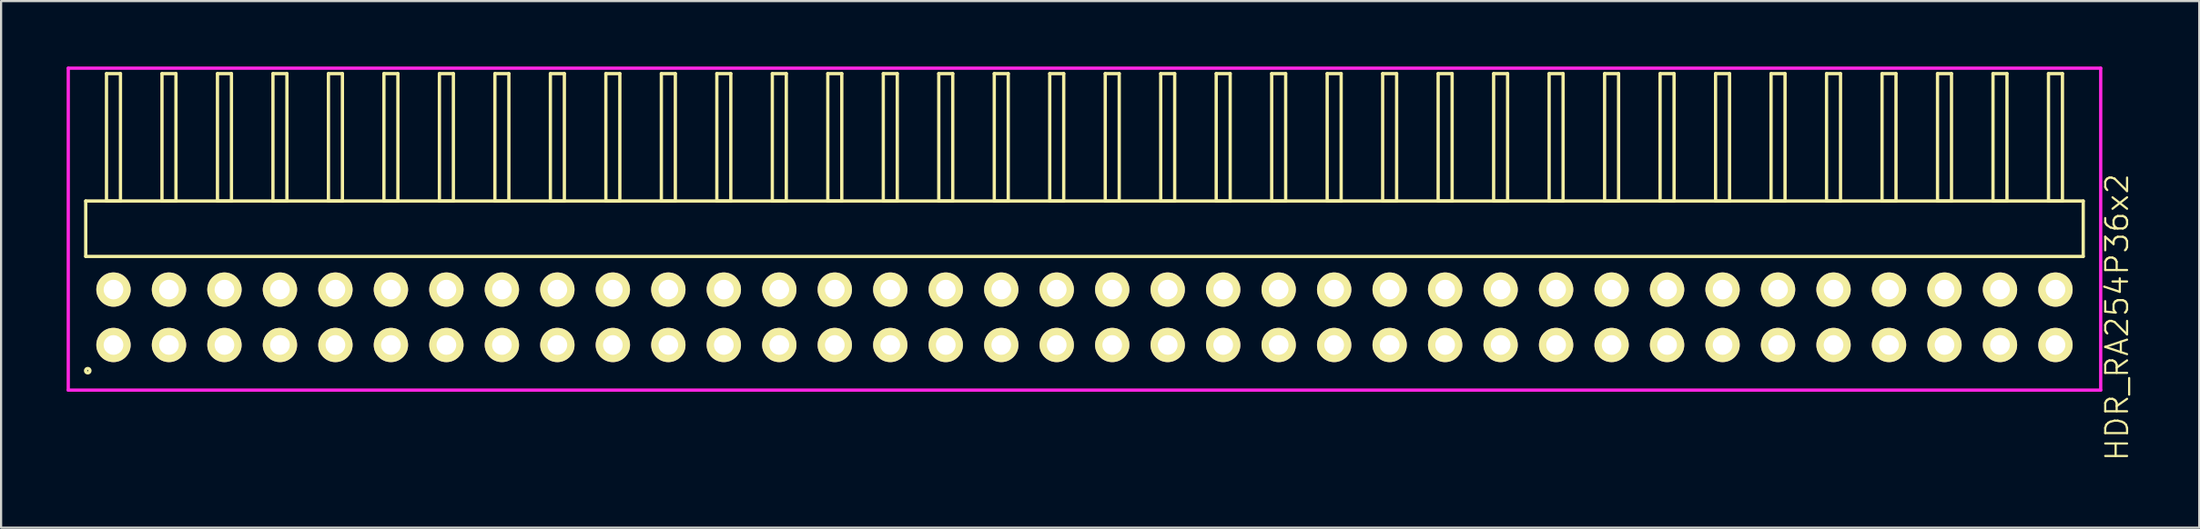
<source format=kicad_pcb>
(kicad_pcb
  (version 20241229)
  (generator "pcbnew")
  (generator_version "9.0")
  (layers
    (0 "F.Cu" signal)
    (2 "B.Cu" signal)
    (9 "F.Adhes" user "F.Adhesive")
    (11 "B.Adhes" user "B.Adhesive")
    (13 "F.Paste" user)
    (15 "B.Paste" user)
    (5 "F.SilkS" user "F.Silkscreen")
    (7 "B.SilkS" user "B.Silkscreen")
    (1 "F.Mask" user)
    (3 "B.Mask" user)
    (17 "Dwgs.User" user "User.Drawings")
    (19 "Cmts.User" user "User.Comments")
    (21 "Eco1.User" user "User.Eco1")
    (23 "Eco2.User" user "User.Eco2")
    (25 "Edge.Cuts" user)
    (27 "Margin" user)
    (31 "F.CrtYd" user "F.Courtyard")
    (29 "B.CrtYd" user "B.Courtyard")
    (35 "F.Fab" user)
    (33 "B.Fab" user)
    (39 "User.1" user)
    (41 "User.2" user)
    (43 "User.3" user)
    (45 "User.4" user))
  (footprint "HDR_RA254P36x2"
    (layer "F.Cu")
    (at 46.595 11.495)
    (property "Reference" "HDR_RA254P36x2" (at 47.27 0 90) (layer "F.SilkS") (effects (font (size 1 1) (thickness 0.1))))
    (attr through_hole)
    (fp_line (start -45.72 -5.33) (end -45.72 -2.79) (stroke (width 0.15) (type solid)) (layer "F.SilkS"))
    (fp_line (start -45.72 -2.79) (end 45.72 -2.79) (stroke (width 0.15) (type solid)) (layer "F.SilkS"))
    (fp_line (start -44.77 -11.17) (end -44.77 -5.33) (stroke (width 0.15) (type solid)) (layer "F.SilkS"))
    (fp_line (start -44.77 -5.33) (end -44.13 -5.33) (stroke (width 0.15) (type solid)) (layer "F.SilkS"))
    (fp_line (start -44.13 -11.17) (end -44.77 -11.17) (stroke (width 0.15) (type solid)) (layer "F.SilkS"))
    (fp_line (start -44.13 -5.33) (end -44.13 -11.17) (stroke (width 0.15) (type solid)) (layer "F.SilkS"))
    (fp_line (start -42.23 -11.17) (end -42.23 -5.33) (stroke (width 0.15) (type solid)) (layer "F.SilkS"))
    (fp_line (start -42.23 -5.33) (end -41.59 -5.33) (stroke (width 0.15) (type solid)) (layer "F.SilkS"))
    (fp_line (start -41.59 -11.17) (end -42.23 -11.17) (stroke (width 0.15) (type solid)) (layer "F.SilkS"))
    (fp_line (start -41.59 -5.33) (end -41.59 -11.17) (stroke (width 0.15) (type solid)) (layer "F.SilkS"))
    (fp_line (start -39.69 -11.17) (end -39.69 -5.33) (stroke (width 0.15) (type solid)) (layer "F.SilkS"))
    (fp_line (start -39.69 -5.33) (end -39.05 -5.33) (stroke (width 0.15) (type solid)) (layer "F.SilkS"))
    (fp_line (start -39.05 -11.17) (end -39.69 -11.17) (stroke (width 0.15) (type solid)) (layer "F.SilkS"))
    (fp_line (start -39.05 -5.33) (end -39.05 -11.17) (stroke (width 0.15) (type solid)) (layer "F.SilkS"))
    (fp_line (start -37.15 -11.17) (end -37.15 -5.33) (stroke (width 0.15) (type solid)) (layer "F.SilkS"))
    (fp_line (start -37.15 -5.33) (end -36.51 -5.33) (stroke (width 0.15) (type solid)) (layer "F.SilkS"))
    (fp_line (start -36.51 -11.17) (end -37.15 -11.17) (stroke (width 0.15) (type solid)) (layer "F.SilkS"))
    (fp_line (start -36.51 -5.33) (end -36.51 -11.17) (stroke (width 0.15) (type solid)) (layer "F.SilkS"))
    (fp_line (start -34.61 -11.17) (end -34.61 -5.33) (stroke (width 0.15) (type solid)) (layer "F.SilkS"))
    (fp_line (start -34.61 -5.33) (end -33.97 -5.33) (stroke (width 0.15) (type solid)) (layer "F.SilkS"))
    (fp_line (start -33.97 -11.17) (end -34.61 -11.17) (stroke (width 0.15) (type solid)) (layer "F.SilkS"))
    (fp_line (start -33.97 -5.33) (end -33.97 -11.17) (stroke (width 0.15) (type solid)) (layer "F.SilkS"))
    (fp_line (start -32.07 -11.17) (end -32.07 -5.33) (stroke (width 0.15) (type solid)) (layer "F.SilkS"))
    (fp_line (start -32.07 -5.33) (end -31.43 -5.33) (stroke (width 0.15) (type solid)) (layer "F.SilkS"))
    (fp_line (start -31.43 -11.17) (end -32.07 -11.17) (stroke (width 0.15) (type solid)) (layer "F.SilkS"))
    (fp_line (start -31.43 -5.33) (end -31.43 -11.17) (stroke (width 0.15) (type solid)) (layer "F.SilkS"))
    (fp_line (start -29.53 -11.17) (end -29.53 -5.33) (stroke (width 0.15) (type solid)) (layer "F.SilkS"))
    (fp_line (start -29.53 -5.33) (end -28.89 -5.33) (stroke (width 0.15) (type solid)) (layer "F.SilkS"))
    (fp_line (start -28.89 -11.17) (end -29.53 -11.17) (stroke (width 0.15) (type solid)) (layer "F.SilkS"))
    (fp_line (start -28.89 -5.33) (end -28.89 -11.17) (stroke (width 0.15) (type solid)) (layer "F.SilkS"))
    (fp_line (start -26.99 -11.17) (end -26.99 -5.33) (stroke (width 0.15) (type solid)) (layer "F.SilkS"))
    (fp_line (start -26.99 -5.33) (end -26.35 -5.33) (stroke (width 0.15) (type solid)) (layer "F.SilkS"))
    (fp_line (start -26.35 -11.17) (end -26.99 -11.17) (stroke (width 0.15) (type solid)) (layer "F.SilkS"))
    (fp_line (start -26.35 -5.33) (end -26.35 -11.17) (stroke (width 0.15) (type solid)) (layer "F.SilkS"))
    (fp_line (start -24.45 -11.17) (end -24.45 -5.33) (stroke (width 0.15) (type solid)) (layer "F.SilkS"))
    (fp_line (start -24.45 -5.33) (end -23.81 -5.33) (stroke (width 0.15) (type solid)) (layer "F.SilkS"))
    (fp_line (start -23.81 -11.17) (end -24.45 -11.17) (stroke (width 0.15) (type solid)) (layer "F.SilkS"))
    (fp_line (start -23.81 -5.33) (end -23.81 -11.17) (stroke (width 0.15) (type solid)) (layer "F.SilkS"))
    (fp_line (start -21.91 -11.17) (end -21.91 -5.33) (stroke (width 0.15) (type solid)) (layer "F.SilkS"))
    (fp_line (start -21.91 -5.33) (end -21.27 -5.33) (stroke (width 0.15) (type solid)) (layer "F.SilkS"))
    (fp_line (start -21.27 -11.17) (end -21.91 -11.17) (stroke (width 0.15) (type solid)) (layer "F.SilkS"))
    (fp_line (start -21.27 -5.33) (end -21.27 -11.17) (stroke (width 0.15) (type solid)) (layer "F.SilkS"))
    (fp_line (start -19.37 -11.17) (end -19.37 -5.33) (stroke (width 0.15) (type solid)) (layer "F.SilkS"))
    (fp_line (start -19.37 -5.33) (end -18.73 -5.33) (stroke (width 0.15) (type solid)) (layer "F.SilkS"))
    (fp_line (start -18.73 -11.17) (end -19.37 -11.17) (stroke (width 0.15) (type solid)) (layer "F.SilkS"))
    (fp_line (start -18.73 -5.33) (end -18.73 -11.17) (stroke (width 0.15) (type solid)) (layer "F.SilkS"))
    (fp_line (start -16.83 -11.17) (end -16.83 -5.33) (stroke (width 0.15) (type solid)) (layer "F.SilkS"))
    (fp_line (start -16.83 -5.33) (end -16.19 -5.33) (stroke (width 0.15) (type solid)) (layer "F.SilkS"))
    (fp_line (start -16.19 -11.17) (end -16.83 -11.17) (stroke (width 0.15) (type solid)) (layer "F.SilkS"))
    (fp_line (start -16.19 -5.33) (end -16.19 -11.17) (stroke (width 0.15) (type solid)) (layer "F.SilkS"))
    (fp_line (start -14.29 -11.17) (end -14.29 -5.33) (stroke (width 0.15) (type solid)) (layer "F.SilkS"))
    (fp_line (start -14.29 -5.33) (end -13.65 -5.33) (stroke (width 0.15) (type solid)) (layer "F.SilkS"))
    (fp_line (start -13.65 -11.17) (end -14.29 -11.17) (stroke (width 0.15) (type solid)) (layer "F.SilkS"))
    (fp_line (start -13.65 -5.33) (end -13.65 -11.17) (stroke (width 0.15) (type solid)) (layer "F.SilkS"))
    (fp_line (start -11.75 -11.17) (end -11.75 -5.33) (stroke (width 0.15) (type solid)) (layer "F.SilkS"))
    (fp_line (start -11.75 -5.33) (end -11.11 -5.33) (stroke (width 0.15) (type solid)) (layer "F.SilkS"))
    (fp_line (start -11.11 -11.17) (end -11.75 -11.17) (stroke (width 0.15) (type solid)) (layer "F.SilkS"))
    (fp_line (start -11.11 -5.33) (end -11.11 -11.17) (stroke (width 0.15) (type solid)) (layer "F.SilkS"))
    (fp_line (start -9.21 -11.17) (end -9.21 -5.33) (stroke (width 0.15) (type solid)) (layer "F.SilkS"))
    (fp_line (start -9.21 -5.33) (end -8.57 -5.33) (stroke (width 0.15) (type solid)) (layer "F.SilkS"))
    (fp_line (start -8.57 -11.17) (end -9.21 -11.17) (stroke (width 0.15) (type solid)) (layer "F.SilkS"))
    (fp_line (start -8.57 -5.33) (end -8.57 -11.17) (stroke (width 0.15) (type solid)) (layer "F.SilkS"))
    (fp_line (start -6.67 -11.17) (end -6.67 -5.33) (stroke (width 0.15) (type solid)) (layer "F.SilkS"))
    (fp_line (start -6.67 -5.33) (end -6.03 -5.33) (stroke (width 0.15) (type solid)) (layer "F.SilkS"))
    (fp_line (start -6.03 -11.17) (end -6.67 -11.17) (stroke (width 0.15) (type solid)) (layer "F.SilkS"))
    (fp_line (start -6.03 -5.33) (end -6.03 -11.17) (stroke (width 0.15) (type solid)) (layer "F.SilkS"))
    (fp_line (start -4.13 -11.17) (end -4.13 -5.33) (stroke (width 0.15) (type solid)) (layer "F.SilkS"))
    (fp_line (start -4.13 -5.33) (end -3.49 -5.33) (stroke (width 0.15) (type solid)) (layer "F.SilkS"))
    (fp_line (start -3.49 -11.17) (end -4.13 -11.17) (stroke (width 0.15) (type solid)) (layer "F.SilkS"))
    (fp_line (start -3.49 -5.33) (end -3.49 -11.17) (stroke (width 0.15) (type solid)) (layer "F.SilkS"))
    (fp_line (start -1.59 -11.17) (end -1.59 -5.33) (stroke (width 0.15) (type solid)) (layer "F.SilkS"))
    (fp_line (start -1.59 -5.33) (end -0.95 -5.33) (stroke (width 0.15) (type solid)) (layer "F.SilkS"))
    (fp_line (start -0.95 -11.17) (end -1.59 -11.17) (stroke (width 0.15) (type solid)) (layer "F.SilkS"))
    (fp_line (start -0.95 -5.33) (end -0.95 -11.17) (stroke (width 0.15) (type solid)) (layer "F.SilkS"))
    (fp_line (start 0.95 -11.17) (end 0.95 -5.33) (stroke (width 0.15) (type solid)) (layer "F.SilkS"))
    (fp_line (start 0.95 -5.33) (end 1.59 -5.33) (stroke (width 0.15) (type solid)) (layer "F.SilkS"))
    (fp_line (start 1.59 -11.17) (end 0.95 -11.17) (stroke (width 0.15) (type solid)) (layer "F.SilkS"))
    (fp_line (start 1.59 -5.33) (end 1.59 -11.17) (stroke (width 0.15) (type solid)) (layer "F.SilkS"))
    (fp_line (start 3.49 -11.17) (end 3.49 -5.33) (stroke (width 0.15) (type solid)) (layer "F.SilkS"))
    (fp_line (start 3.49 -5.33) (end 4.13 -5.33) (stroke (width 0.15) (type solid)) (layer "F.SilkS"))
    (fp_line (start 4.13 -11.17) (end 3.49 -11.17) (stroke (width 0.15) (type solid)) (layer "F.SilkS"))
    (fp_line (start 4.13 -5.33) (end 4.13 -11.17) (stroke (width 0.15) (type solid)) (layer "F.SilkS"))
    (fp_line (start 6.03 -11.17) (end 6.03 -5.33) (stroke (width 0.15) (type solid)) (layer "F.SilkS"))
    (fp_line (start 6.03 -5.33) (end 6.67 -5.33) (stroke (width 0.15) (type solid)) (layer "F.SilkS"))
    (fp_line (start 6.67 -11.17) (end 6.03 -11.17) (stroke (width 0.15) (type solid)) (layer "F.SilkS"))
    (fp_line (start 6.67 -5.33) (end 6.67 -11.17) (stroke (width 0.15) (type solid)) (layer "F.SilkS"))
    (fp_line (start 8.57 -11.17) (end 8.57 -5.33) (stroke (width 0.15) (type solid)) (layer "F.SilkS"))
    (fp_line (start 8.57 -5.33) (end 9.21 -5.33) (stroke (width 0.15) (type solid)) (layer "F.SilkS"))
    (fp_line (start 9.21 -11.17) (end 8.57 -11.17) (stroke (width 0.15) (type solid)) (layer "F.SilkS"))
    (fp_line (start 9.21 -5.33) (end 9.21 -11.17) (stroke (width 0.15) (type solid)) (layer "F.SilkS"))
    (fp_line (start 11.11 -11.17) (end 11.11 -5.33) (stroke (width 0.15) (type solid)) (layer "F.SilkS"))
    (fp_line (start 11.11 -5.33) (end 11.75 -5.33) (stroke (width 0.15) (type solid)) (layer "F.SilkS"))
    (fp_line (start 11.75 -11.17) (end 11.11 -11.17) (stroke (width 0.15) (type solid)) (layer "F.SilkS"))
    (fp_line (start 11.75 -5.33) (end 11.75 -11.17) (stroke (width 0.15) (type solid)) (layer "F.SilkS"))
    (fp_line (start 13.65 -11.17) (end 13.65 -5.33) (stroke (width 0.15) (type solid)) (layer "F.SilkS"))
    (fp_line (start 13.65 -5.33) (end 14.29 -5.33) (stroke (width 0.15) (type solid)) (layer "F.SilkS"))
    (fp_line (start 14.29 -11.17) (end 13.65 -11.17) (stroke (width 0.15) (type solid)) (layer "F.SilkS"))
    (fp_line (start 14.29 -5.33) (end 14.29 -11.17) (stroke (width 0.15) (type solid)) (layer "F.SilkS"))
    (fp_line (start 16.19 -11.17) (end 16.19 -5.33) (stroke (width 0.15) (type solid)) (layer "F.SilkS"))
    (fp_line (start 16.19 -5.33) (end 16.83 -5.33) (stroke (width 0.15) (type solid)) (layer "F.SilkS"))
    (fp_line (start 16.83 -11.17) (end 16.19 -11.17) (stroke (width 0.15) (type solid)) (layer "F.SilkS"))
    (fp_line (start 16.83 -5.33) (end 16.83 -11.17) (stroke (width 0.15) (type solid)) (layer "F.SilkS"))
    (fp_line (start 18.73 -11.17) (end 18.73 -5.33) (stroke (width 0.15) (type solid)) (layer "F.SilkS"))
    (fp_line (start 18.73 -5.33) (end 19.37 -5.33) (stroke (width 0.15) (type solid)) (layer "F.SilkS"))
    (fp_line (start 19.37 -11.17) (end 18.73 -11.17) (stroke (width 0.15) (type solid)) (layer "F.SilkS"))
    (fp_line (start 19.37 -5.33) (end 19.37 -11.17) (stroke (width 0.15) (type solid)) (layer "F.SilkS"))
    (fp_line (start 21.27 -11.17) (end 21.27 -5.33) (stroke (width 0.15) (type solid)) (layer "F.SilkS"))
    (fp_line (start 21.27 -5.33) (end 21.91 -5.33) (stroke (width 0.15) (type solid)) (layer "F.SilkS"))
    (fp_line (start 21.91 -11.17) (end 21.27 -11.17) (stroke (width 0.15) (type solid)) (layer "F.SilkS"))
    (fp_line (start 21.91 -5.33) (end 21.91 -11.17) (stroke (width 0.15) (type solid)) (layer "F.SilkS"))
    (fp_line (start 23.81 -11.17) (end 23.81 -5.33) (stroke (width 0.15) (type solid)) (layer "F.SilkS"))
    (fp_line (start 23.81 -5.33) (end 24.45 -5.33) (stroke (width 0.15) (type solid)) (layer "F.SilkS"))
    (fp_line (start 24.45 -11.17) (end 23.81 -11.17) (stroke (width 0.15) (type solid)) (layer "F.SilkS"))
    (fp_line (start 24.45 -5.33) (end 24.45 -11.17) (stroke (width 0.15) (type solid)) (layer "F.SilkS"))
    (fp_line (start 26.35 -11.17) (end 26.35 -5.33) (stroke (width 0.15) (type solid)) (layer "F.SilkS"))
    (fp_line (start 26.35 -5.33) (end 26.99 -5.33) (stroke (width 0.15) (type solid)) (layer "F.SilkS"))
    (fp_line (start 26.99 -11.17) (end 26.35 -11.17) (stroke (width 0.15) (type solid)) (layer "F.SilkS"))
    (fp_line (start 26.99 -5.33) (end 26.99 -11.17) (stroke (width 0.15) (type solid)) (layer "F.SilkS"))
    (fp_line (start 28.89 -11.17) (end 28.89 -5.33) (stroke (width 0.15) (type solid)) (layer "F.SilkS"))
    (fp_line (start 28.89 -5.33) (end 29.53 -5.33) (stroke (width 0.15) (type solid)) (layer "F.SilkS"))
    (fp_line (start 29.53 -11.17) (end 28.89 -11.17) (stroke (width 0.15) (type solid)) (layer "F.SilkS"))
    (fp_line (start 29.53 -5.33) (end 29.53 -11.17) (stroke (width 0.15) (type solid)) (layer "F.SilkS"))
    (fp_line (start 31.43 -11.17) (end 31.43 -5.33) (stroke (width 0.15) (type solid)) (layer "F.SilkS"))
    (fp_line (start 31.43 -5.33) (end 32.07 -5.33) (stroke (width 0.15) (type solid)) (layer "F.SilkS"))
    (fp_line (start 32.07 -11.17) (end 31.43 -11.17) (stroke (width 0.15) (type solid)) (layer "F.SilkS"))
    (fp_line (start 32.07 -5.33) (end 32.07 -11.17) (stroke (width 0.15) (type solid)) (layer "F.SilkS"))
    (fp_line (start 33.97 -11.17) (end 33.97 -5.33) (stroke (width 0.15) (type solid)) (layer "F.SilkS"))
    (fp_line (start 33.97 -5.33) (end 34.61 -5.33) (stroke (width 0.15) (type solid)) (layer "F.SilkS"))
    (fp_line (start 34.61 -11.17) (end 33.97 -11.17) (stroke (width 0.15) (type solid)) (layer "F.SilkS"))
    (fp_line (start 34.61 -5.33) (end 34.61 -11.17) (stroke (width 0.15) (type solid)) (layer "F.SilkS"))
    (fp_line (start 36.51 -11.17) (end 36.51 -5.33) (stroke (width 0.15) (type solid)) (layer "F.SilkS"))
    (fp_line (start 36.51 -5.33) (end 37.15 -5.33) (stroke (width 0.15) (type solid)) (layer "F.SilkS"))
    (fp_line (start 37.15 -11.17) (end 36.51 -11.17) (stroke (width 0.15) (type solid)) (layer "F.SilkS"))
    (fp_line (start 37.15 -5.33) (end 37.15 -11.17) (stroke (width 0.15) (type solid)) (layer "F.SilkS"))
    (fp_line (start 39.05 -11.17) (end 39.05 -5.33) (stroke (width 0.15) (type solid)) (layer "F.SilkS"))
    (fp_line (start 39.05 -5.33) (end 39.69 -5.33) (stroke (width 0.15) (type solid)) (layer "F.SilkS"))
    (fp_line (start 39.69 -11.17) (end 39.05 -11.17) (stroke (width 0.15) (type solid)) (layer "F.SilkS"))
    (fp_line (start 39.69 -5.33) (end 39.69 -11.17) (stroke (width 0.15) (type solid)) (layer "F.SilkS"))
    (fp_line (start 41.59 -11.17) (end 41.59 -5.33) (stroke (width 0.15) (type solid)) (layer "F.SilkS"))
    (fp_line (start 41.59 -5.33) (end 42.23 -5.33) (stroke (width 0.15) (type solid)) (layer "F.SilkS"))
    (fp_line (start 42.23 -11.17) (end 41.59 -11.17) (stroke (width 0.15) (type solid)) (layer "F.SilkS"))
    (fp_line (start 42.23 -5.33) (end 42.23 -11.17) (stroke (width 0.15) (type solid)) (layer "F.SilkS"))
    (fp_line (start 44.13 -11.17) (end 44.13 -5.33) (stroke (width 0.15) (type solid)) (layer "F.SilkS"))
    (fp_line (start 44.13 -5.33) (end 44.77 -5.33) (stroke (width 0.15) (type solid)) (layer "F.SilkS"))
    (fp_line (start 44.77 -11.17) (end 44.13 -11.17) (stroke (width 0.15) (type solid)) (layer "F.SilkS"))
    (fp_line (start 44.77 -5.33) (end 44.77 -11.17) (stroke (width 0.15) (type solid)) (layer "F.SilkS"))
    (fp_line (start 45.72 -5.33) (end -45.72 -5.33) (stroke (width 0.15) (type solid)) (layer "F.SilkS"))
    (fp_line (start 45.72 -2.79) (end 45.72 -5.33) (stroke (width 0.15) (type solid)) (layer "F.SilkS"))
    (fp_circle (center -45.628 2.448) (end -45.527 2.448) (stroke (width 0.15) (type solid)) (fill no) (layer "F.SilkS"))
    (fp_line (start -46.52 -11.42) (end -46.52 3.34) (stroke (width 0.15) (type solid)) (layer "F.CrtYd"))
    (fp_line (start -46.52 3.34) (end 46.52 3.34) (stroke (width 0.15) (type solid)) (layer "F.CrtYd"))
    (fp_line (start 46.52 -11.42) (end -46.52 -11.42) (stroke (width 0.15) (type solid)) (layer "F.CrtYd"))
    (fp_line (start 46.52 3.34) (end 46.52 -11.42) (stroke (width 0.15) (type solid)) (layer "F.CrtYd"))
    (pad "1" thru_hole oval (at -44.45 1.27) (size 1.57 1.57) (drill 0.9) (layers "*.Cu" "*.Mask" "F.SilkS"))
    (pad "2" thru_hole oval (at -44.45 -1.27) (size 1.57 1.57) (drill 0.9) (layers "*.Cu" "*.Mask" "F.SilkS"))
    (pad "3" thru_hole oval (at -41.91 1.27) (size 1.57 1.57) (drill 0.9) (layers "*.Cu" "*.Mask" "F.SilkS"))
    (pad "4" thru_hole oval (at -41.91 -1.27) (size 1.57 1.57) (drill 0.9) (layers "*.Cu" "*.Mask" "F.SilkS"))
    (pad "5" thru_hole oval (at -39.37 1.27) (size 1.57 1.57) (drill 0.9) (layers "*.Cu" "*.Mask" "F.SilkS"))
    (pad "6" thru_hole oval (at -39.37 -1.27) (size 1.57 1.57) (drill 0.9) (layers "*.Cu" "*.Mask" "F.SilkS"))
    (pad "7" thru_hole oval (at -36.83 1.27) (size 1.57 1.57) (drill 0.9) (layers "*.Cu" "*.Mask" "F.SilkS"))
    (pad "8" thru_hole oval (at -36.83 -1.27) (size 1.57 1.57) (drill 0.9) (layers "*.Cu" "*.Mask" "F.SilkS"))
    (pad "9" thru_hole oval (at -34.29 1.27) (size 1.57 1.57) (drill 0.9) (layers "*.Cu" "*.Mask" "F.SilkS"))
    (pad "10" thru_hole oval (at -34.29 -1.27) (size 1.57 1.57) (drill 0.9) (layers "*.Cu" "*.Mask" "F.SilkS"))
    (pad "11" thru_hole oval (at -31.75 1.27) (size 1.57 1.57) (drill 0.9) (layers "*.Cu" "*.Mask" "F.SilkS"))
    (pad "12" thru_hole oval (at -31.75 -1.27) (size 1.57 1.57) (drill 0.9) (layers "*.Cu" "*.Mask" "F.SilkS"))
    (pad "13" thru_hole oval (at -29.21 1.27) (size 1.57 1.57) (drill 0.9) (layers "*.Cu" "*.Mask" "F.SilkS"))
    (pad "14" thru_hole oval (at -29.21 -1.27) (size 1.57 1.57) (drill 0.9) (layers "*.Cu" "*.Mask" "F.SilkS"))
    (pad "15" thru_hole oval (at -26.67 1.27) (size 1.57 1.57) (drill 0.9) (layers "*.Cu" "*.Mask" "F.SilkS"))
    (pad "16" thru_hole oval (at -26.67 -1.27) (size 1.57 1.57) (drill 0.9) (layers "*.Cu" "*.Mask" "F.SilkS"))
    (pad "17" thru_hole oval (at -24.13 1.27) (size 1.57 1.57) (drill 0.9) (layers "*.Cu" "*.Mask" "F.SilkS"))
    (pad "18" thru_hole oval (at -24.13 -1.27) (size 1.57 1.57) (drill 0.9) (layers "*.Cu" "*.Mask" "F.SilkS"))
    (pad "19" thru_hole oval (at -21.59 1.27) (size 1.57 1.57) (drill 0.9) (layers "*.Cu" "*.Mask" "F.SilkS"))
    (pad "20" thru_hole oval (at -21.59 -1.27) (size 1.57 1.57) (drill 0.9) (layers "*.Cu" "*.Mask" "F.SilkS"))
    (pad "21" thru_hole oval (at -19.05 1.27) (size 1.57 1.57) (drill 0.9) (layers "*.Cu" "*.Mask" "F.SilkS"))
    (pad "22" thru_hole oval (at -19.05 -1.27) (size 1.57 1.57) (drill 0.9) (layers "*.Cu" "*.Mask" "F.SilkS"))
    (pad "23" thru_hole oval (at -16.51 1.27) (size 1.57 1.57) (drill 0.9) (layers "*.Cu" "*.Mask" "F.SilkS"))
    (pad "24" thru_hole oval (at -16.51 -1.27) (size 1.57 1.57) (drill 0.9) (layers "*.Cu" "*.Mask" "F.SilkS"))
    (pad "25" thru_hole oval (at -13.97 1.27) (size 1.57 1.57) (drill 0.9) (layers "*.Cu" "*.Mask" "F.SilkS"))
    (pad "26" thru_hole oval (at -13.97 -1.27) (size 1.57 1.57) (drill 0.9) (layers "*.Cu" "*.Mask" "F.SilkS"))
    (pad "27" thru_hole oval (at -11.43 1.27) (size 1.57 1.57) (drill 0.9) (layers "*.Cu" "*.Mask" "F.SilkS"))
    (pad "28" thru_hole oval (at -11.43 -1.27) (size 1.57 1.57) (drill 0.9) (layers "*.Cu" "*.Mask" "F.SilkS"))
    (pad "29" thru_hole oval (at -8.89 1.27) (size 1.57 1.57) (drill 0.9) (layers "*.Cu" "*.Mask" "F.SilkS"))
    (pad "30" thru_hole oval (at -8.89 -1.27) (size 1.57 1.57) (drill 0.9) (layers "*.Cu" "*.Mask" "F.SilkS"))
    (pad "31" thru_hole oval (at -6.35 1.27) (size 1.57 1.57) (drill 0.9) (layers "*.Cu" "*.Mask" "F.SilkS"))
    (pad "32" thru_hole oval (at -6.35 -1.27) (size 1.57 1.57) (drill 0.9) (layers "*.Cu" "*.Mask" "F.SilkS"))
    (pad "33" thru_hole oval (at -3.81 1.27) (size 1.57 1.57) (drill 0.9) (layers "*.Cu" "*.Mask" "F.SilkS"))
    (pad "34" thru_hole oval (at -3.81 -1.27) (size 1.57 1.57) (drill 0.9) (layers "*.Cu" "*.Mask" "F.SilkS"))
    (pad "35" thru_hole oval (at -1.27 1.27) (size 1.57 1.57) (drill 0.9) (layers "*.Cu" "*.Mask" "F.SilkS"))
    (pad "36" thru_hole oval (at -1.27 -1.27) (size 1.57 1.57) (drill 0.9) (layers "*.Cu" "*.Mask" "F.SilkS"))
    (pad "37" thru_hole oval (at 1.27 1.27) (size 1.57 1.57) (drill 0.9) (layers "*.Cu" "*.Mask" "F.SilkS"))
    (pad "38" thru_hole oval (at 1.27 -1.27) (size 1.57 1.57) (drill 0.9) (layers "*.Cu" "*.Mask" "F.SilkS"))
    (pad "39" thru_hole oval (at 3.81 1.27) (size 1.57 1.57) (drill 0.9) (layers "*.Cu" "*.Mask" "F.SilkS"))
    (pad "40" thru_hole oval (at 3.81 -1.27) (size 1.57 1.57) (drill 0.9) (layers "*.Cu" "*.Mask" "F.SilkS"))
    (pad "41" thru_hole oval (at 6.35 1.27) (size 1.57 1.57) (drill 0.9) (layers "*.Cu" "*.Mask" "F.SilkS"))
    (pad "42" thru_hole oval (at 6.35 -1.27) (size 1.57 1.57) (drill 0.9) (layers "*.Cu" "*.Mask" "F.SilkS"))
    (pad "43" thru_hole oval (at 8.89 1.27) (size 1.57 1.57) (drill 0.9) (layers "*.Cu" "*.Mask" "F.SilkS"))
    (pad "44" thru_hole oval (at 8.89 -1.27) (size 1.57 1.57) (drill 0.9) (layers "*.Cu" "*.Mask" "F.SilkS"))
    (pad "45" thru_hole oval (at 11.43 1.27) (size 1.57 1.57) (drill 0.9) (layers "*.Cu" "*.Mask" "F.SilkS"))
    (pad "46" thru_hole oval (at 11.43 -1.27) (size 1.57 1.57) (drill 0.9) (layers "*.Cu" "*.Mask" "F.SilkS"))
    (pad "47" thru_hole oval (at 13.97 1.27) (size 1.57 1.57) (drill 0.9) (layers "*.Cu" "*.Mask" "F.SilkS"))
    (pad "48" thru_hole oval (at 13.97 -1.27) (size 1.57 1.57) (drill 0.9) (layers "*.Cu" "*.Mask" "F.SilkS"))
    (pad "49" thru_hole oval (at 16.51 1.27) (size 1.57 1.57) (drill 0.9) (layers "*.Cu" "*.Mask" "F.SilkS"))
    (pad "50" thru_hole oval (at 16.51 -1.27) (size 1.57 1.57) (drill 0.9) (layers "*.Cu" "*.Mask" "F.SilkS"))
    (pad "51" thru_hole oval (at 19.05 1.27) (size 1.57 1.57) (drill 0.9) (layers "*.Cu" "*.Mask" "F.SilkS"))
    (pad "52" thru_hole oval (at 19.05 -1.27) (size 1.57 1.57) (drill 0.9) (layers "*.Cu" "*.Mask" "F.SilkS"))
    (pad "53" thru_hole oval (at 21.59 1.27) (size 1.57 1.57) (drill 0.9) (layers "*.Cu" "*.Mask" "F.SilkS"))
    (pad "54" thru_hole oval (at 21.59 -1.27) (size 1.57 1.57) (drill 0.9) (layers "*.Cu" "*.Mask" "F.SilkS"))
    (pad "55" thru_hole oval (at 24.13 1.27) (size 1.57 1.57) (drill 0.9) (layers "*.Cu" "*.Mask" "F.SilkS"))
    (pad "56" thru_hole oval (at 24.13 -1.27) (size 1.57 1.57) (drill 0.9) (layers "*.Cu" "*.Mask" "F.SilkS"))
    (pad "57" thru_hole oval (at 26.67 1.27) (size 1.57 1.57) (drill 0.9) (layers "*.Cu" "*.Mask" "F.SilkS"))
    (pad "58" thru_hole oval (at 26.67 -1.27) (size 1.57 1.57) (drill 0.9) (layers "*.Cu" "*.Mask" "F.SilkS"))
    (pad "59" thru_hole oval (at 29.21 1.27) (size 1.57 1.57) (drill 0.9) (layers "*.Cu" "*.Mask" "F.SilkS"))
    (pad "60" thru_hole oval (at 29.21 -1.27) (size 1.57 1.57) (drill 0.9) (layers "*.Cu" "*.Mask" "F.SilkS"))
    (pad "61" thru_hole oval (at 31.75 1.27) (size 1.57 1.57) (drill 0.9) (layers "*.Cu" "*.Mask" "F.SilkS"))
    (pad "62" thru_hole oval (at 31.75 -1.27) (size 1.57 1.57) (drill 0.9) (layers "*.Cu" "*.Mask" "F.SilkS"))
    (pad "63" thru_hole oval (at 34.29 1.27) (size 1.57 1.57) (drill 0.9) (layers "*.Cu" "*.Mask" "F.SilkS"))
    (pad "64" thru_hole oval (at 34.29 -1.27) (size 1.57 1.57) (drill 0.9) (layers "*.Cu" "*.Mask" "F.SilkS"))
    (pad "65" thru_hole oval (at 36.83 1.27) (size 1.57 1.57) (drill 0.9) (layers "*.Cu" "*.Mask" "F.SilkS"))
    (pad "66" thru_hole oval (at 36.83 -1.27) (size 1.57 1.57) (drill 0.9) (layers "*.Cu" "*.Mask" "F.SilkS"))
    (pad "67" thru_hole oval (at 39.37 1.27) (size 1.57 1.57) (drill 0.9) (layers "*.Cu" "*.Mask" "F.SilkS"))
    (pad "68" thru_hole oval (at 39.37 -1.27) (size 1.57 1.57) (drill 0.9) (layers "*.Cu" "*.Mask" "F.SilkS"))
    (pad "69" thru_hole oval (at 41.91 1.27) (size 1.57 1.57) (drill 0.9) (layers "*.Cu" "*.Mask" "F.SilkS"))
    (pad "70" thru_hole oval (at 41.91 -1.27) (size 1.57 1.57) (drill 0.9) (layers "*.Cu" "*.Mask" "F.SilkS"))
    (pad "71" thru_hole oval (at 44.45 1.27) (size 1.57 1.57) (drill 0.9) (layers "*.Cu" "*.Mask" "F.SilkS"))
    (pad "72" thru_hole oval (at 44.45 -1.27) (size 1.57 1.57) (drill 0.9) (layers "*.Cu" "*.Mask" "F.SilkS")))
  (gr_rect
    (start -3 -3)
    (end 97.626 21.14)
    (stroke (width 0.1) (type default))
    (fill no)
    (layer "Edge.Cuts")))
</source>
